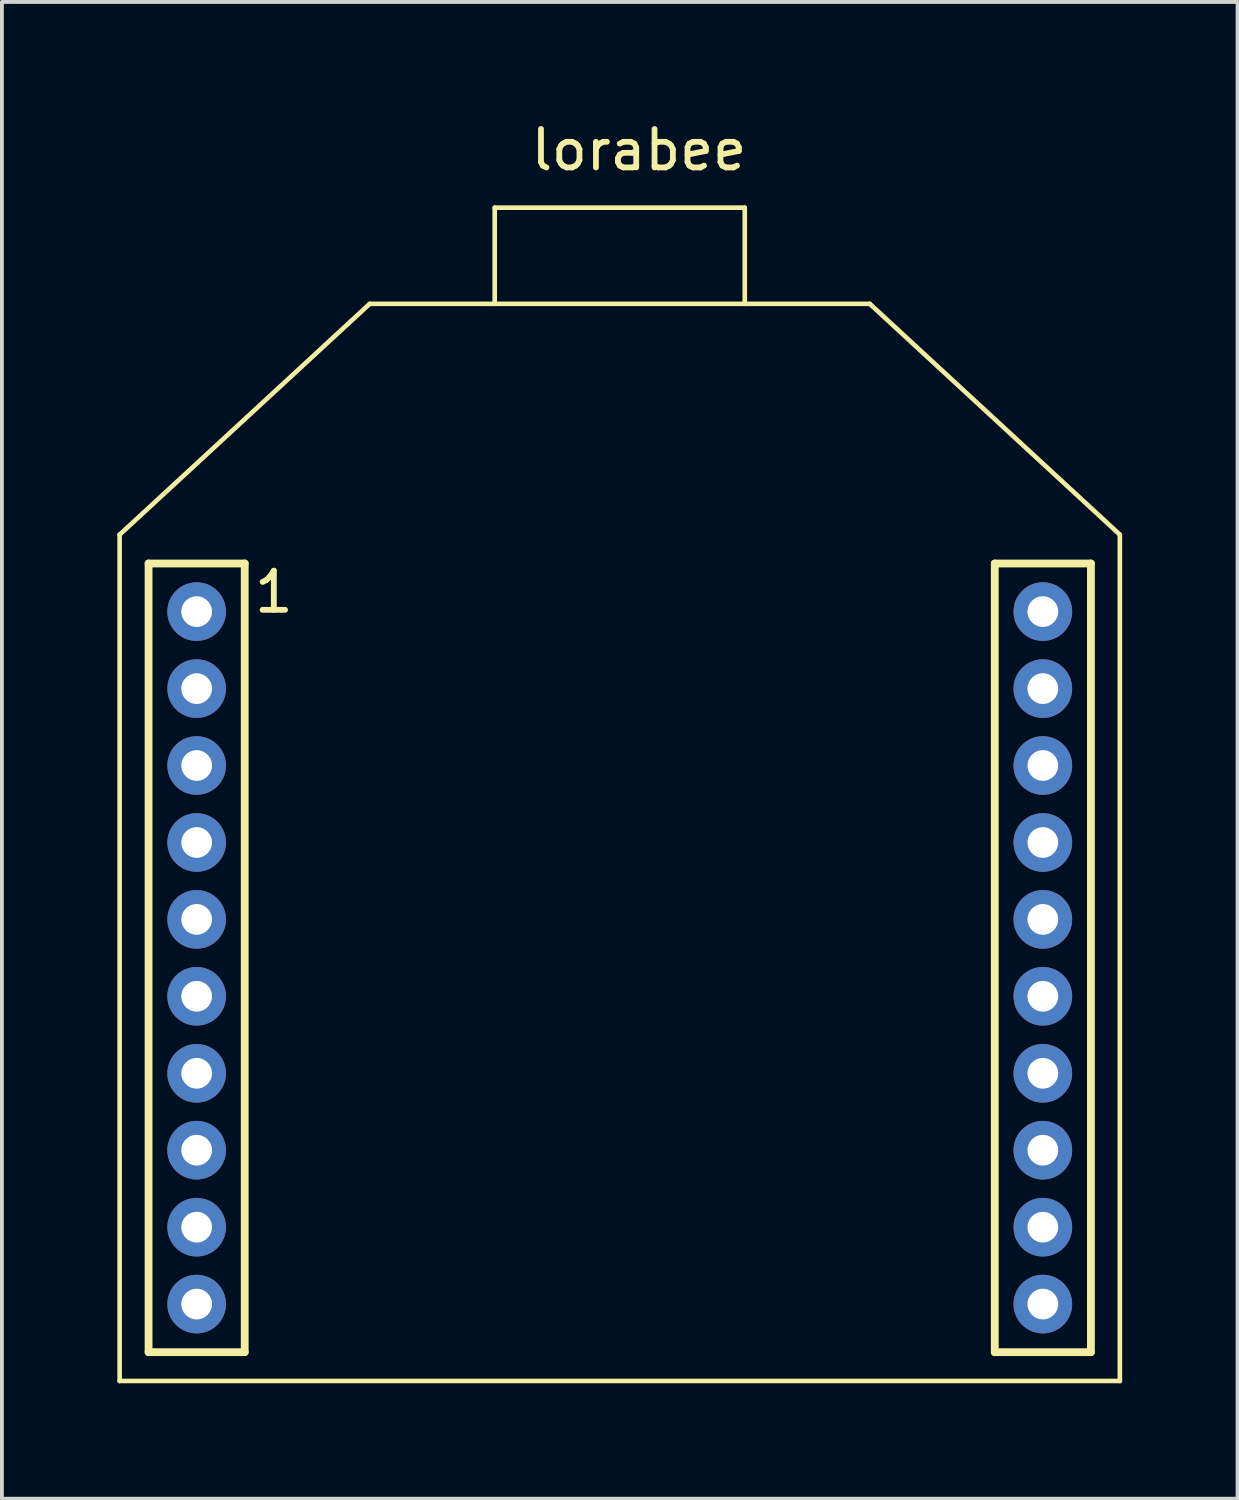
<source format=kicad_pcb>
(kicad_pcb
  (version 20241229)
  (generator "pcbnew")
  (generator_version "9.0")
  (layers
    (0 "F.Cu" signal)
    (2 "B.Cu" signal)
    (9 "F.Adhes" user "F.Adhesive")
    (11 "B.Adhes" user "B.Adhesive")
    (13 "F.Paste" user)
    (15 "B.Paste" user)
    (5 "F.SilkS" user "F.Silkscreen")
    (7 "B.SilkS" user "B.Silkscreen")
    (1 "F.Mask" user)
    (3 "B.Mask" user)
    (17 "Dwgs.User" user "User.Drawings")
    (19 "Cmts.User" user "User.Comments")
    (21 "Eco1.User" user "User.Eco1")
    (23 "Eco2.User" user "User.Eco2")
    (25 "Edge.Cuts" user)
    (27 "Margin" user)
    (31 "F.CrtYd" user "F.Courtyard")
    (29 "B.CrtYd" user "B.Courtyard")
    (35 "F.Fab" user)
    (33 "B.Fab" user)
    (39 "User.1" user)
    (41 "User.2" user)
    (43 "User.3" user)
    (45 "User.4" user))
  (footprint "lorabee"
    (layer "F.Cu")
    (at 2.06 12.848)
    (property "Reference" "lorabee" (at 11.5 -12 0) (layer "F.SilkS") (effects (font (size 1 1) (thickness 0.15))))
    (attr through_hole)
    (fp_line (start -2 -2) (end 4.5 -8) (stroke (width 0.12) (type solid)) (layer "F.SilkS"))
    (fp_line (start -2 20) (end -2 -2) (stroke (width 0.12) (type solid)) (layer "F.SilkS"))
    (fp_line (start -2 20) (end 24 20) (stroke (width 0.12) (type solid)) (layer "F.SilkS"))
    (fp_line (start -1.248 -1.25) (end 1.251 -1.25) (stroke (width 0.203) (type solid)) (layer "F.SilkS"))
    (fp_line (start -1.248 19.251) (end -1.248 -1.25) (stroke (width 0.203) (type solid)) (layer "F.SilkS"))
    (fp_line (start -1.248 19.251) (end 1.251 19.251) (stroke (width 0.203) (type solid)) (layer "F.SilkS"))
    (fp_line (start 1.251 -1.25) (end 1.251 19.251) (stroke (width 0.203) (type solid)) (layer "F.SilkS"))
    (fp_line (start 4.5 -8) (end 17.5 -8) (stroke (width 0.12) (type solid)) (layer "F.SilkS"))
    (fp_line (start 7.75 -8) (end 7.75 -10.5) (stroke (width 0.12) (type solid)) (layer "F.SilkS"))
    (fp_line (start 14.25 -10.5) (end 7.75 -10.5) (stroke (width 0.12) (type solid)) (layer "F.SilkS"))
    (fp_line (start 14.25 -8) (end 14.25 -10.5) (stroke (width 0.12) (type solid)) (layer "F.SilkS"))
    (fp_line (start 17.5 -8) (end 24 -2) (stroke (width 0.12) (type solid)) (layer "F.SilkS"))
    (fp_line (start 20.749 -1.25) (end 20.749 19.251) (stroke (width 0.203) (type solid)) (layer "F.SilkS"))
    (fp_line (start 23.248 -1.25) (end 20.749 -1.25) (stroke (width 0.203) (type solid)) (layer "F.SilkS"))
    (fp_line (start 23.248 19.251) (end 20.749 19.251) (stroke (width 0.203) (type solid)) (layer "F.SilkS"))
    (fp_line (start 23.248 19.251) (end 23.248 -1.25) (stroke (width 0.203) (type solid)) (layer "F.SilkS"))
    (fp_line (start 24 20) (end 24 -2) (stroke (width 0.12) (type solid)) (layer "F.SilkS"))
    (fp_text user "1" (at 2.008 -0.508 0) (layer "F.SilkS") (effects (font (size 1.016 1.016) (thickness 0.152))))
    (pad "1" thru_hole circle (at 0.002 0.00004) (size 1.524 1.524) (drill 0.798) (layers "*.Cu" "*.Mask"))
    (pad "2" thru_hole circle (at 0.002 2.002) (size 1.524 1.524) (drill 0.798) (layers "*.Cu" "*.Mask"))
    (pad "3" thru_hole circle (at 0.002 4.001) (size 1.524 1.524) (drill 0.798) (layers "*.Cu" "*.Mask"))
    (pad "4" thru_hole circle (at 0.002 6.002) (size 1.524 1.524) (drill 0.798) (layers "*.Cu" "*.Mask"))
    (pad "5" thru_hole circle (at 0.002 8.001) (size 1.524 1.524) (drill 0.798) (layers "*.Cu" "*.Mask"))
    (pad "6" thru_hole circle (at 0.002 10) (size 1.524 1.524) (drill 0.798) (layers "*.Cu" "*.Mask"))
    (pad "7" thru_hole circle (at 0.002 12.002) (size 1.524 1.524) (drill 0.798) (layers "*.Cu" "*.Mask"))
    (pad "8" thru_hole circle (at 0.002 14.001) (size 1.524 1.524) (drill 0.798) (layers "*.Cu" "*.Mask"))
    (pad "9" thru_hole circle (at 0.002 16.002) (size 1.524 1.524) (drill 0.798) (layers "*.Cu" "*.Mask"))
    (pad "10" thru_hole circle (at 0.002 18.001) (size 1.524 1.524) (drill 0.798) (layers "*.Cu" "*.Mask"))
    (pad "11" thru_hole circle (at 21.998 18.001) (size 1.524 1.524) (drill 0.798) (layers "*.Cu" "*.Mask"))
    (pad "12" thru_hole circle (at 21.998 16.002) (size 1.524 1.524) (drill 0.798) (layers "*.Cu" "*.Mask"))
    (pad "13" thru_hole circle (at 21.998 14.001) (size 1.524 1.524) (drill 0.798) (layers "*.Cu" "*.Mask"))
    (pad "14" thru_hole circle (at 21.998 12.002) (size 1.524 1.524) (drill 0.798) (layers "*.Cu" "*.Mask"))
    (pad "15" thru_hole circle (at 21.998 10) (size 1.524 1.524) (drill 0.798) (layers "*.Cu" "*.Mask"))
    (pad "16" thru_hole circle (at 21.998 8.001) (size 1.524 1.524) (drill 0.798) (layers "*.Cu" "*.Mask"))
    (pad "17" thru_hole circle (at 21.998 6.002) (size 1.524 1.524) (drill 0.798) (layers "*.Cu" "*.Mask"))
    (pad "18" thru_hole circle (at 21.998 4.001) (size 1.524 1.524) (drill 0.798) (layers "*.Cu" "*.Mask"))
    (pad "19" thru_hole circle (at 21.998 2.002) (size 1.524 1.524) (drill 0.798) (layers "*.Cu" "*.Mask"))
    (pad "20" thru_hole circle (at 21.998 0.00004) (size 1.524 1.524) (drill 0.798) (layers "*.Cu" "*.Mask")))
  (gr_rect
    (start -3 -3)
    (end 29.12 35.908)
    (stroke (width 0.1) (type default))
    (fill no)
    (layer "Edge.Cuts")))
</source>
